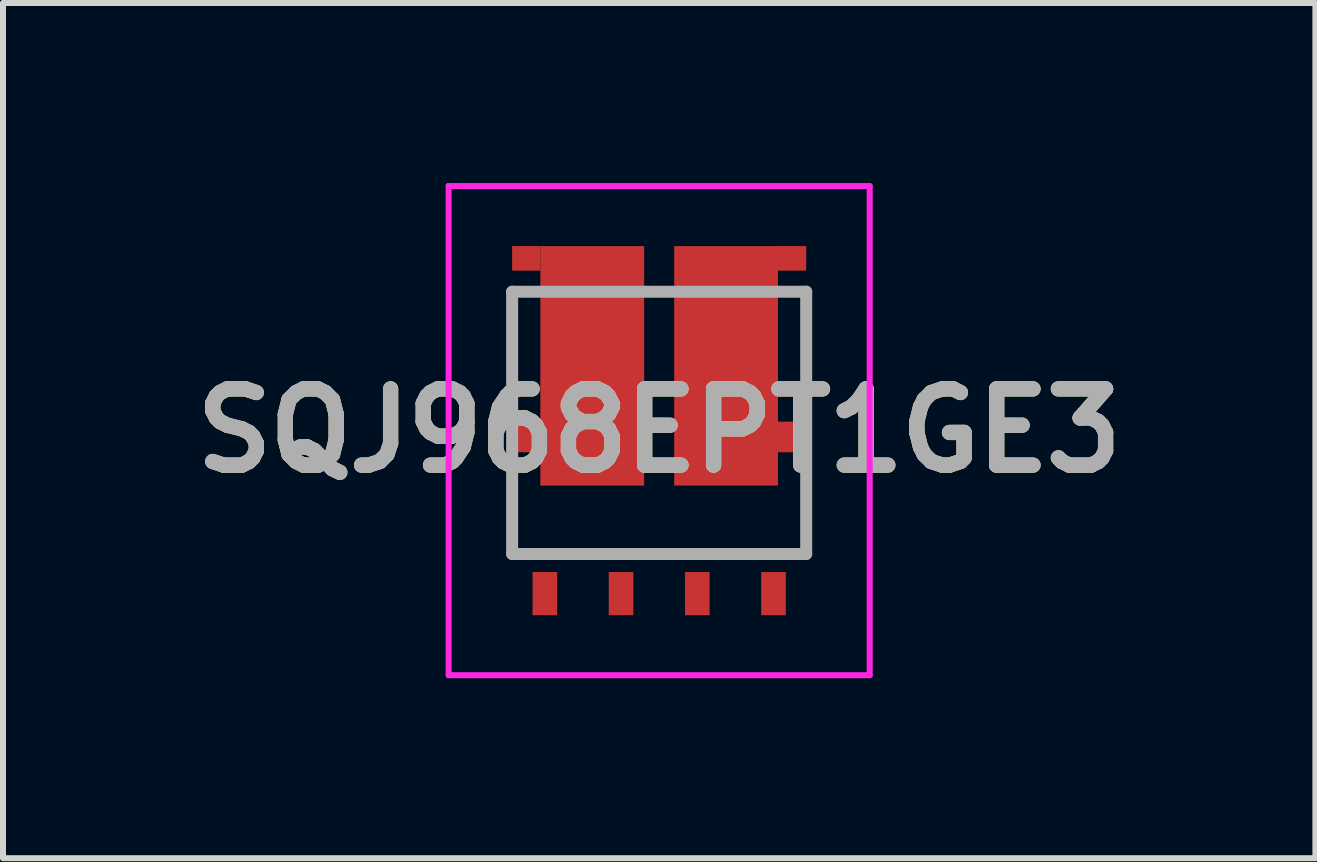
<source format=kicad_pcb>
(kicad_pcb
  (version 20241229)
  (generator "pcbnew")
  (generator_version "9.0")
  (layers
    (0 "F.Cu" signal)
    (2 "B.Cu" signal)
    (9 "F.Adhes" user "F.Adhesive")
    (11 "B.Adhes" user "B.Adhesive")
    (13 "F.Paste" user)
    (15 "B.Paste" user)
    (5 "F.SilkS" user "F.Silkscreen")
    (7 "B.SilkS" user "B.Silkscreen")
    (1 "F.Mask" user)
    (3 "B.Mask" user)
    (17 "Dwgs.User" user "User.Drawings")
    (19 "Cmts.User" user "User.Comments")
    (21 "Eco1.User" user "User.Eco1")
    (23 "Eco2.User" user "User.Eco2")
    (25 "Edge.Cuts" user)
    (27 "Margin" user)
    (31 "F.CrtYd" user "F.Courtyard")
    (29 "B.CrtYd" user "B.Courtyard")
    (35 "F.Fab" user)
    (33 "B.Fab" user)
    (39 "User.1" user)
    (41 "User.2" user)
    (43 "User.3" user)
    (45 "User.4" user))
  (footprint "SQJ968EPT1GE3"
    (layer "F.Cu")
    (at 7.934 6.181)
    (property "Reference" "SQJ968EPT1GE3" (at 0 -2.055 0) (layer "F.SilkS") (effects (font (size 1.27 1.27) (thickness 0.254))))
    (attr smd)
    (fp_line (start -2.45 -2.5) (end -2.45 -4.37) (stroke (width 0.1) (type solid)) (layer "F.SilkS"))
    (fp_line (start -2.45 -1.5) (end -2.45 0) (stroke (width 0.1) (type solid)) (layer "F.SilkS"))
    (fp_line (start -2.45 0) (end 2.45 0) (stroke (width 0.1) (type solid)) (layer "F.SilkS"))
    (fp_line (start 2.45 -2.5) (end 2.45 -4.37) (stroke (width 0.1) (type solid)) (layer "F.SilkS"))
    (fp_line (start 2.45 0) (end 2.45 -1.5) (stroke (width 0.1) (type solid)) (layer "F.SilkS"))
    (fp_line (start -3.508 -6.131) (end 3.508 -6.131) (stroke (width 0.1) (type solid)) (layer "F.CrtYd"))
    (fp_line (start -3.508 2.02) (end -3.508 -6.131) (stroke (width 0.1) (type solid)) (layer "F.CrtYd"))
    (fp_line (start 3.508 -6.131) (end 3.508 2.02) (stroke (width 0.1) (type solid)) (layer "F.CrtYd"))
    (fp_line (start 3.508 2.02) (end -3.508 2.02) (stroke (width 0.1) (type solid)) (layer "F.CrtYd"))
    (fp_line (start -2.45 -4.37) (end 2.45 -4.37) (stroke (width 0.2) (type solid)) (layer "F.Fab"))
    (fp_line (start -2.45 0) (end -2.45 -4.37) (stroke (width 0.2) (type solid)) (layer "F.Fab"))
    (fp_line (start 2.45 -4.37) (end 2.45 0) (stroke (width 0.2) (type solid)) (layer "F.Fab"))
    (fp_line (start 2.45 0) (end -2.45 0) (stroke (width 0.2) (type solid)) (layer "F.Fab"))
    (fp_text user "${REFERENCE}" (at 0 -2.055 0) (layer "F.Fab") (effects (font (size 1.27 1.27) (thickness 0.254))))
    (pad "1" smd rect (at -1.905 0.66) (size 0.41 0.72) (layers "F.Cu" "F.Mask" "F.Paste"))
    (pad "2" smd rect (at -0.635 0.66) (size 0.41 0.72) (layers "F.Cu" "F.Mask" "F.Paste"))
    (pad "3" smd rect (at 0.635 0.66) (size 0.41 0.72) (layers "F.Cu" "F.Mask" "F.Paste"))
    (pad "4" smd rect (at 1.905 0.66) (size 0.41 0.72) (layers "F.Cu" "F.Mask" "F.Paste"))
    (pad "5" smd rect (at -1.115 -3.135) (size 1.73 3.99) (layers "F.Cu" "F.Mask" "F.Paste"))
    (pad "6" smd rect (at 1.115 -3.135) (size 1.73 3.99) (layers "F.Cu" "F.Mask" "F.Paste"))
    (pad "7" smd rect (at 2.215 -4.926 90) (size 0.41 0.47) (layers "F.Cu" "F.Mask" "F.Paste"))
    (pad "8" smd rect (at -2.215 -4.926 90) (size 0.41 0.47) (layers "F.Cu" "F.Mask" "F.Paste"))
    (pad "9" smd rect (at -2.215 -1.95 90) (size 0.51 0.585) (layers "F.Cu" "F.Mask" "F.Paste"))
    (pad "10" smd rect (at 2.215 -1.95 90) (size 0.51 0.585) (layers "F.Cu" "F.Mask" "F.Paste")))
  (gr_rect
    (start -3 -3)
    (end 18.869 11.251)
    (stroke (width 0.1) (type default))
    (fill no)
    (layer "Edge.Cuts")))
</source>
